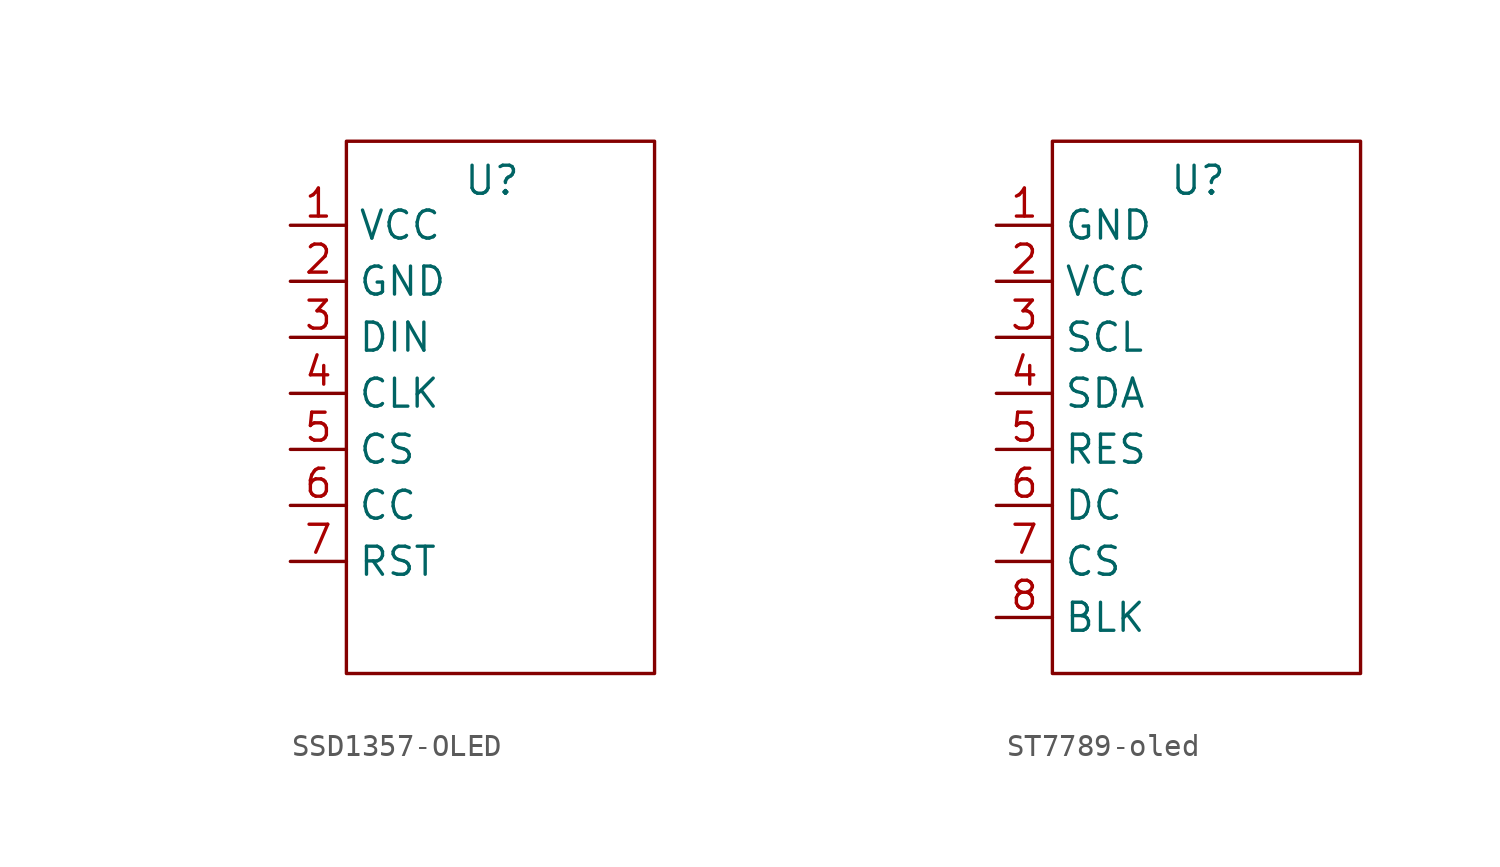
<source format=kicad_sym>
(kicad_symbol_lib
  (version 20231120)
  (generator "kicad_symbol_editor")
  (generator_version "8.0")
  (symbol "SSD1357-OLED"
    (property "Reference" "U"
      (at -1.016 9.652 0)
      (effects (font (size 1.27 1.27))))
    (property "Value" ""
      (at -16.764 2.54 0)
      (effects (font (size 1.27 1.27))))
    (symbol "SSD1357-OLED_0_1"
      (rectangle (start -7.62 11.43) (end 6.35 -12.7) (stroke (width 0) (type default)) (fill (type none))))
    (symbol "SSD1357-OLED_1_1"
      (pin input line (at -10.16 7.62 0) (length 2.54) (name "VCC" (effects (font (size 1.27 1.27)))) (number "1" (effects (font (size 1.27 1.27)))))
      (pin input line (at -10.16 5.08 0) (length 2.54) (name "GND" (effects (font (size 1.27 1.27)))) (number "2" (effects (font (size 1.27 1.27)))))
      (pin input line (at -10.16 2.54 0) (length 2.54) (name "DIN" (effects (font (size 1.27 1.27)))) (number "3" (effects (font (size 1.27 1.27)))))
      (pin input line (at -10.16 0 0) (length 2.54) (name "CLK" (effects (font (size 1.27 1.27)))) (number "4" (effects (font (size 1.27 1.27)))))
      (pin input line (at -10.16 -2.54 0) (length 2.54) (name "CS" (effects (font (size 1.27 1.27)))) (number "5" (effects (font (size 1.27 1.27)))))
      (pin input line (at -10.16 -5.08 0) (length 2.54) (name "CC" (effects (font (size 1.27 1.27)))) (number "6" (effects (font (size 1.27 1.27)))))
      (pin input line (at -10.16 -7.62 0) (length 2.54) (name "RST" (effects (font (size 1.27 1.27)))) (number "7" (effects (font (size 1.27 1.27)))))))
  (symbol "ST7789-oled"
    (property "Reference" "U"
      (at -1.016 9.652 0)
      (effects (font (size 1.27 1.27))))
    (property "Value" ""
      (at -16.764 2.54 0)
      (effects (font (size 1.27 1.27))))
    (symbol "ST7789-oled_0_1"
      (rectangle (start -7.62 11.43) (end 6.35 -12.7) (stroke (width 0) (type default)) (fill (type none))))
    (symbol "ST7789-oled_1_1"
      (pin input line (at -10.16 7.62 0) (length 2.54) (name "GND" (effects (font (size 1.27 1.27)))) (number "1" (effects (font (size 1.27 1.27)))))
      (pin input line (at -10.16 5.08 0) (length 2.54) (name "VCC" (effects (font (size 1.27 1.27)))) (number "2" (effects (font (size 1.27 1.27)))))
      (pin input line (at -10.16 2.54 0) (length 2.54) (name "SCL" (effects (font (size 1.27 1.27)))) (number "3" (effects (font (size 1.27 1.27)))))
      (pin input line (at -10.16 0 0) (length 2.54) (name "SDA" (effects (font (size 1.27 1.27)))) (number "4" (effects (font (size 1.27 1.27)))))
      (pin input line (at -10.16 -2.54 0) (length 2.54) (name "RES" (effects (font (size 1.27 1.27)))) (number "5" (effects (font (size 1.27 1.27)))))
      (pin input line (at -10.16 -5.08 0) (length 2.54) (name "DC" (effects (font (size 1.27 1.27)))) (number "6" (effects (font (size 1.27 1.27)))))
      (pin input line (at -10.16 -7.62 0) (length 2.54) (name "CS" (effects (font (size 1.27 1.27)))) (number "7" (effects (font (size 1.27 1.27)))))
      (pin input line (at -10.16 -10.16 0) (length 2.54) (name "BLK" (effects (font (size 1.27 1.27)))) (number "8" (effects (font (size 1.27 1.27))))))))
</source>
